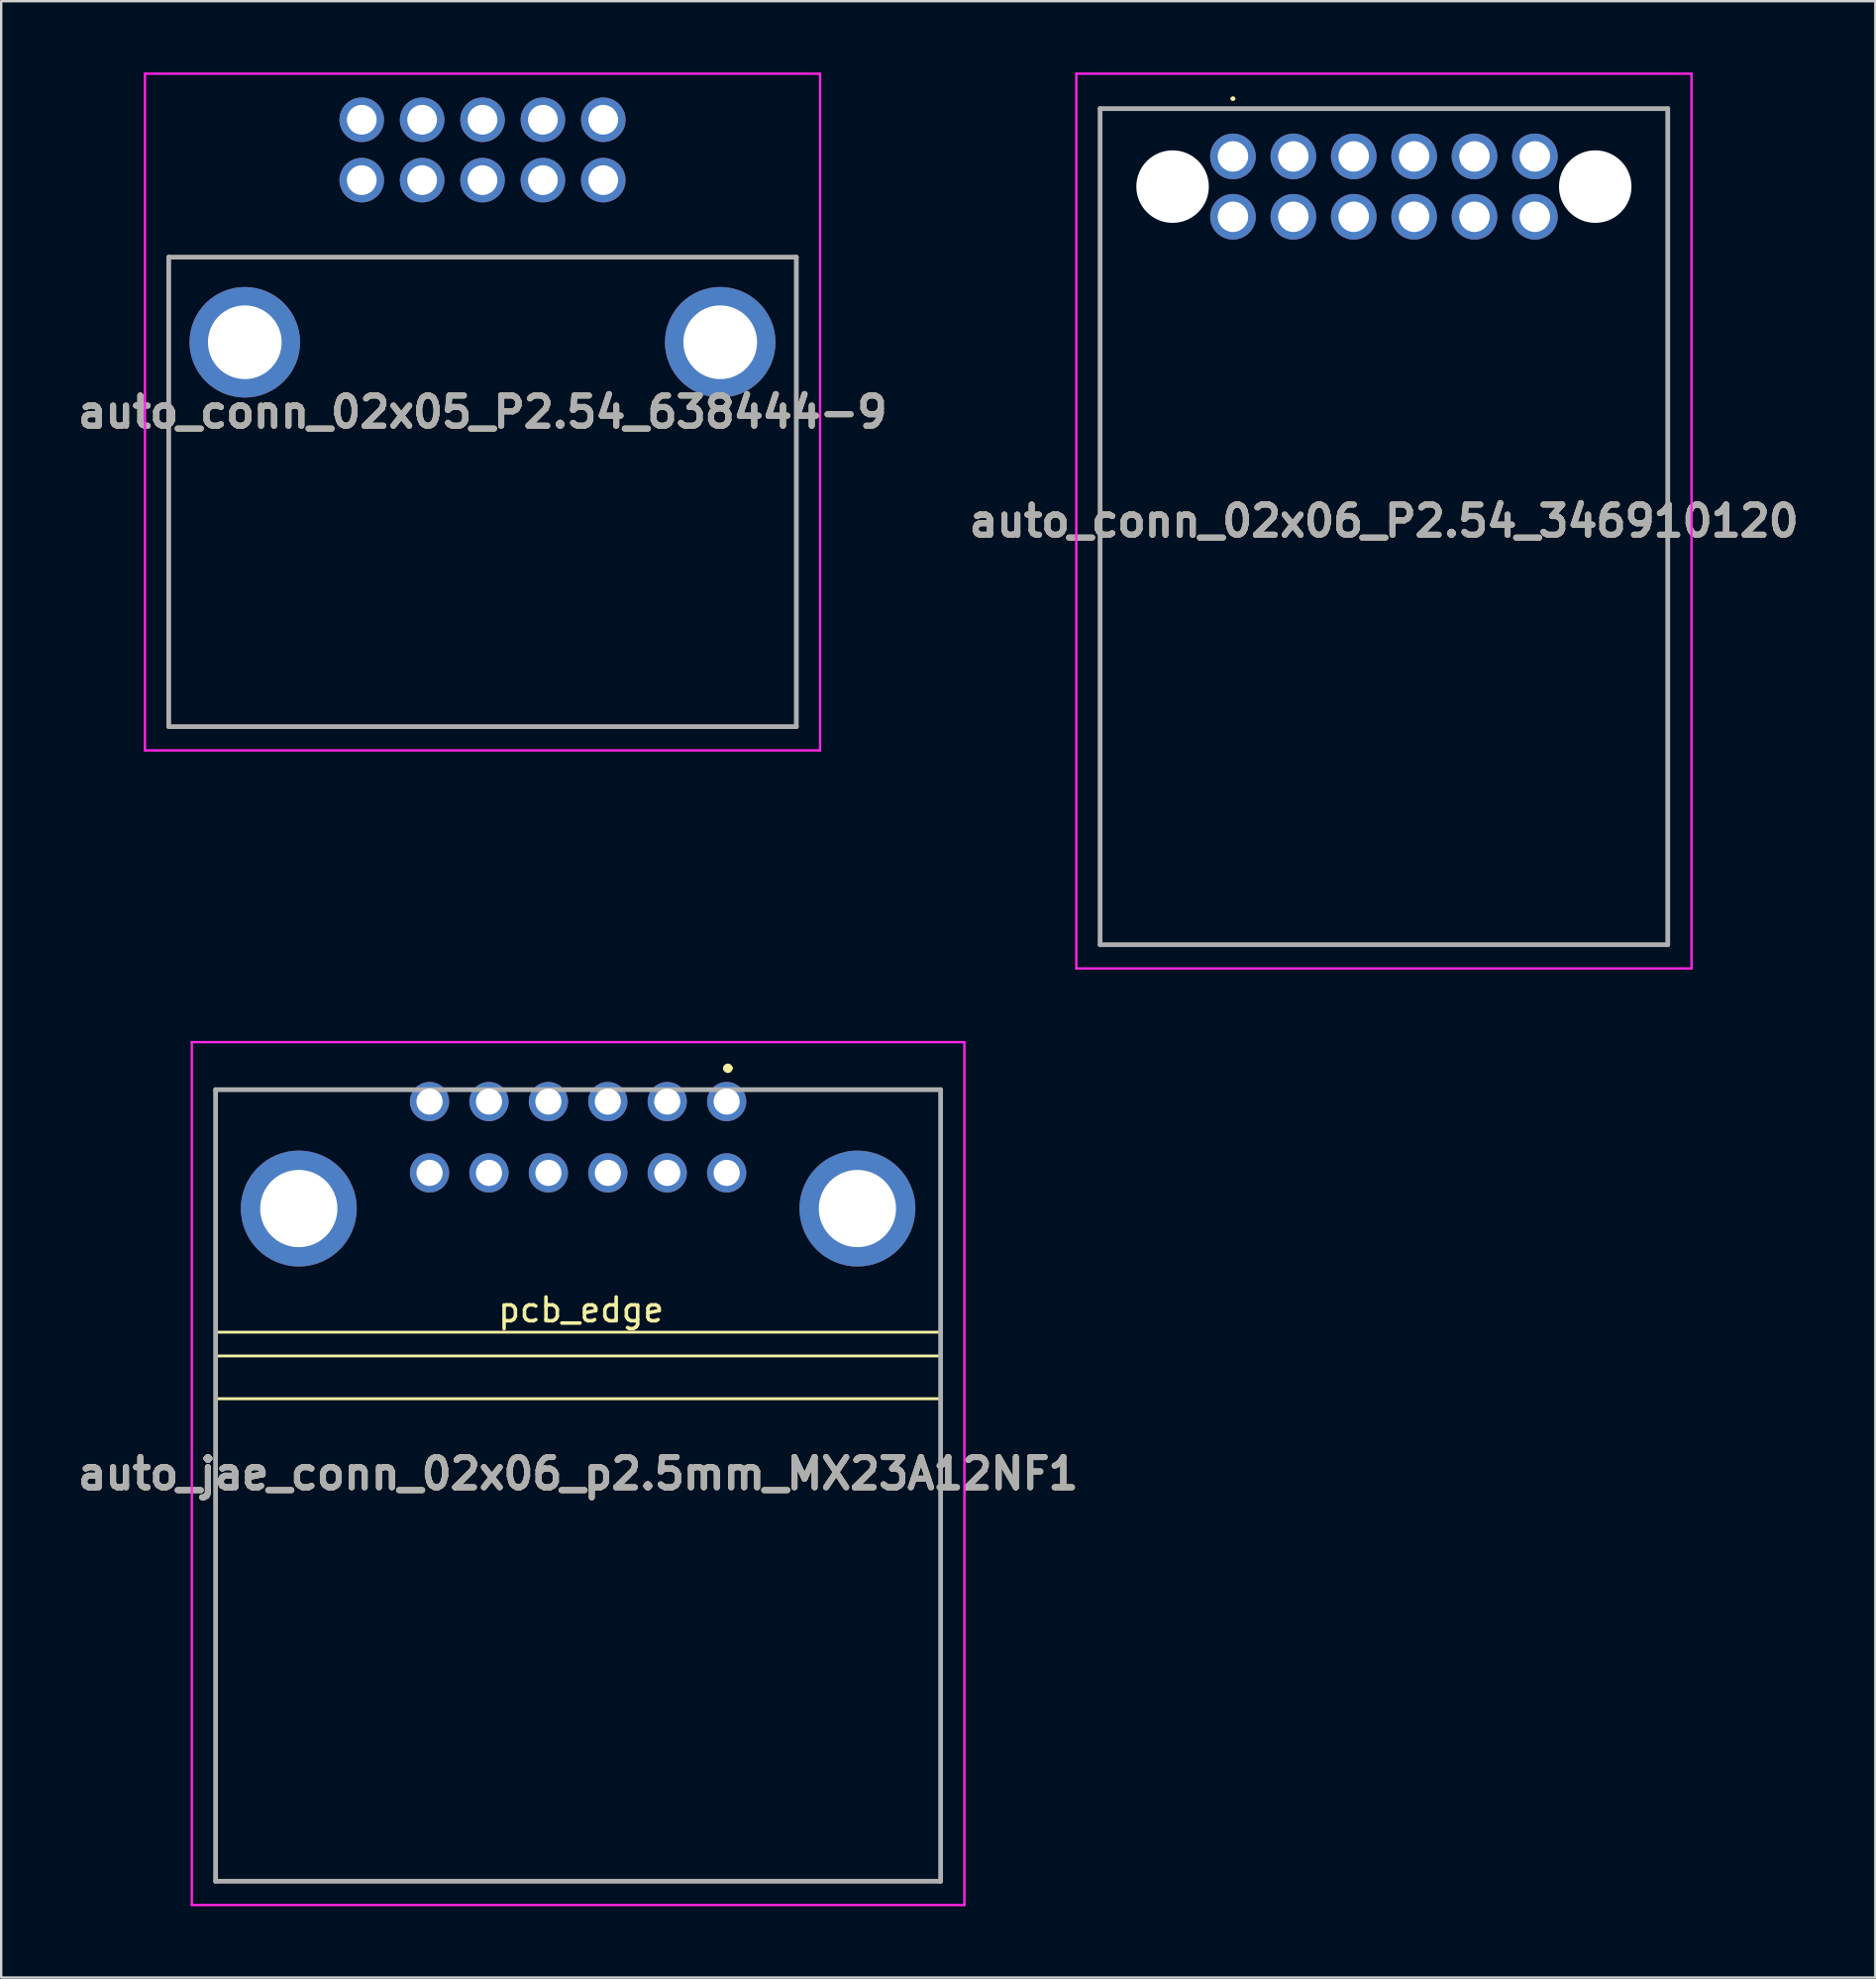
<source format=kicad_pcb>
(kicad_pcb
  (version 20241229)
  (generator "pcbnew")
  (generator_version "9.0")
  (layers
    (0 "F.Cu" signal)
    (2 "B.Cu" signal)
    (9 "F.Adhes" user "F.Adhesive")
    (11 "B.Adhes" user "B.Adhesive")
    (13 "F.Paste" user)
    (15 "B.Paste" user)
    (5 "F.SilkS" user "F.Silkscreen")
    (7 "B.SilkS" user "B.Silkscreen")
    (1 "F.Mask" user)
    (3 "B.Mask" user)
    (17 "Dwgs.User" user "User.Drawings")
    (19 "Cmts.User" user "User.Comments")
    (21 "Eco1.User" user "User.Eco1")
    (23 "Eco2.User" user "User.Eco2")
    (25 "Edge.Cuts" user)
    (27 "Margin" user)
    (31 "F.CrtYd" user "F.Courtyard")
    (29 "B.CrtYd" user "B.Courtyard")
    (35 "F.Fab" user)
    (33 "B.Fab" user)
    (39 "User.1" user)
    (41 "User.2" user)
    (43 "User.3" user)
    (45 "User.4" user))
  (footprint "auto_conn_02x06_P2.54_346910120"
    (layer "F.Cu")
    (at 55.167 18.87)
    (property "Reference" "auto_conn_02x06_P2.54_346910120" (at 0 0 0) (layer "F.SilkS") (effects (font (size 1.27 1.27) (thickness 0.254))))
    (attr through_hole)
    (fp_line (start -11.94 -17.35) (end 11.94 -17.35) (stroke (width 0.1) (type solid)) (layer "F.SilkS"))
    (fp_line (start -11.94 17.82) (end -11.94 -17.35) (stroke (width 0.1) (type solid)) (layer "F.SilkS"))
    (fp_line (start -6.4 -17.77) (end -6.4 -17.77) (stroke (width 0.1) (type solid)) (layer "F.SilkS"))
    (fp_line (start -6.3 -17.77) (end -6.3 -17.77) (stroke (width 0.1) (type solid)) (layer "F.SilkS"))
    (fp_line (start 11.94 -17.35) (end 11.94 17.82) (stroke (width 0.1) (type solid)) (layer "F.SilkS"))
    (fp_line (start 11.94 17.82) (end -11.94 17.82) (stroke (width 0.1) (type solid)) (layer "F.SilkS"))
    (fp_arc (start -6.4 -17.77) (mid -6.35 -17.82) (end -6.3 -17.77) (stroke (width 0.1) (type solid)) (layer "F.SilkS"))
    (fp_arc (start -6.3 -17.77) (mid -6.35 -17.72) (end -6.4 -17.77) (stroke (width 0.1) (type solid)) (layer "F.SilkS"))
    (fp_line (start -12.94 -18.82) (end 12.94 -18.82) (stroke (width 0.1) (type solid)) (layer "F.CrtYd"))
    (fp_line (start -12.94 18.82) (end -12.94 -18.82) (stroke (width 0.1) (type solid)) (layer "F.CrtYd"))
    (fp_line (start 12.94 -18.82) (end 12.94 18.82) (stroke (width 0.1) (type solid)) (layer "F.CrtYd"))
    (fp_line (start 12.94 18.82) (end -12.94 18.82) (stroke (width 0.1) (type solid)) (layer "F.CrtYd"))
    (fp_line (start -11.94 -17.35) (end 11.94 -17.35) (stroke (width 0.2) (type solid)) (layer "F.Fab"))
    (fp_line (start -11.94 17.82) (end -11.94 -17.35) (stroke (width 0.2) (type solid)) (layer "F.Fab"))
    (fp_line (start 11.94 -17.35) (end 11.94 17.82) (stroke (width 0.2) (type solid)) (layer "F.Fab"))
    (fp_line (start 11.94 17.82) (end -11.94 17.82) (stroke (width 0.2) (type solid)) (layer "F.Fab"))
    (fp_text user "${REFERENCE}" (at 0 0 0) (layer "F.Fab") (effects (font (size 1.27 1.27) (thickness 0.254))))
    (pad "" np_thru_hole circle (at -8.89 -14.07) (size 3.05 3.05) (drill 3.05) (layers "*.Cu" "*.Mask"))
    (pad "" np_thru_hole circle (at 8.89 -14.07) (size 3.05 3.05) (drill 3.05) (layers "*.Cu" "*.Mask"))
    (pad "1" thru_hole circle (at -6.35 -15.34) (size 1.92 1.92) (drill 1.28) (layers "*.Cu" "*.Mask"))
    (pad "2" thru_hole circle (at -3.81 -15.34) (size 1.92 1.92) (drill 1.28) (layers "*.Cu" "*.Mask"))
    (pad "3" thru_hole circle (at -1.27 -15.34) (size 1.92 1.92) (drill 1.28) (layers "*.Cu" "*.Mask"))
    (pad "4" thru_hole circle (at 1.27 -15.34) (size 1.92 1.92) (drill 1.28) (layers "*.Cu" "*.Mask"))
    (pad "5" thru_hole circle (at 3.81 -15.34) (size 1.92 1.92) (drill 1.28) (layers "*.Cu" "*.Mask"))
    (pad "6" thru_hole circle (at 6.35 -15.34) (size 1.92 1.92) (drill 1.28) (layers "*.Cu" "*.Mask"))
    (pad "7" thru_hole circle (at -6.35 -12.8) (size 1.92 1.92) (drill 1.28) (layers "*.Cu" "*.Mask"))
    (pad "8" thru_hole circle (at -3.81 -12.8) (size 1.92 1.92) (drill 1.28) (layers "*.Cu" "*.Mask"))
    (pad "9" thru_hole circle (at -1.27 -12.8) (size 1.92 1.92) (drill 1.28) (layers "*.Cu" "*.Mask"))
    (pad "10" thru_hole circle (at 1.27 -12.8) (size 1.92 1.92) (drill 1.28) (layers "*.Cu" "*.Mask"))
    (pad "11" thru_hole circle (at 3.81 -12.8) (size 1.92 1.92) (drill 1.28) (layers "*.Cu" "*.Mask"))
    (pad "12" thru_hole circle (at 6.35 -12.8) (size 1.92 1.92) (drill 1.28) (layers "*.Cu" "*.Mask")))
  (footprint "auto_jae_conn_02x06_p2.5mm_MX23A12NF1"
    (layer "F.Cu")
    (at 21.269 58.94)
    (property "Reference" "auto_jae_conn_02x06_p2.5mm_MX23A12NF1" (at 0 0 180) (layer "F.SilkS") (effects (font (size 1.27 1.27) (thickness 0.254))))
    (attr through_hole)
    (fp_line (start -15.25 -16.15) (end -15.25 17.15) (stroke (width 0.1) (type solid)) (layer "F.SilkS"))
    (fp_line (start -15.25 -5.95) (end 15.2 -5.95) (stroke (width 0.12) (type default)) (layer "F.SilkS"))
    (fp_line (start -15.25 -4.95) (end 15.2 -4.95) (stroke (width 0.12) (type default)) (layer "F.SilkS"))
    (fp_line (start -15.25 -3.15) (end 15.2 -3.15) (stroke (width 0.12) (type default)) (layer "F.SilkS"))
    (fp_line (start -15.25 17.15) (end 15.25 17.15) (stroke (width 0.1) (type solid)) (layer "F.SilkS"))
    (fp_line (start -8 -16.15) (end -15.25 -16.15) (stroke (width 0.1) (type solid)) (layer "F.SilkS"))
    (fp_line (start 6.2 -17.05) (end 6.2 -17.05) (stroke (width 0.2) (type solid)) (layer "F.SilkS"))
    (fp_line (start 6.4 -17.05) (end 6.4 -17.05) (stroke (width 0.2) (type solid)) (layer "F.SilkS"))
    (fp_line (start 15.25 -16.15) (end 8 -16.15) (stroke (width 0.1) (type solid)) (layer "F.SilkS"))
    (fp_line (start 15.25 17.15) (end 15.25 -16.15) (stroke (width 0.1) (type solid)) (layer "F.SilkS"))
    (fp_arc (start 6.2 -17.05) (mid 6.3 -17.15) (end 6.4 -17.05) (stroke (width 0.2) (type solid)) (layer "F.SilkS"))
    (fp_arc (start 6.4 -17.05) (mid 6.3 -16.95) (end 6.2 -17.05) (stroke (width 0.2) (type solid)) (layer "F.SilkS"))
    (fp_line (start -16.25 -18.15) (end 16.25 -18.15) (stroke (width 0.1) (type solid)) (layer "F.CrtYd"))
    (fp_line (start -16.25 18.15) (end -16.25 -18.15) (stroke (width 0.1) (type solid)) (layer "F.CrtYd"))
    (fp_line (start 16.25 -18.15) (end 16.25 18.15) (stroke (width 0.1) (type solid)) (layer "F.CrtYd"))
    (fp_line (start 16.25 18.15) (end -16.25 18.15) (stroke (width 0.1) (type solid)) (layer "F.CrtYd"))
    (fp_line (start -15.25 -16.15) (end 15.25 -16.15) (stroke (width 0.2) (type solid)) (layer "F.Fab"))
    (fp_line (start -15.25 17.15) (end -15.25 -16.15) (stroke (width 0.2) (type solid)) (layer "F.Fab"))
    (fp_line (start 15.25 -16.15) (end 15.25 17.15) (stroke (width 0.2) (type solid)) (layer "F.Fab"))
    (fp_line (start 15.25 17.15) (end -15.25 17.15) (stroke (width 0.2) (type solid)) (layer "F.Fab"))
    (fp_text user "pcb_edge" (at -3.45 -6.3 0) (unlocked yes) (layer "F.SilkS") (effects (font (size 1 1) (thickness 0.15)) (justify left bottom)))
    (fp_text user "${REFERENCE}" (at 0 0 180) (layer "F.Fab") (effects (font (size 1.27 1.27) (thickness 0.254))))
    (pad "1" thru_hole circle (at 6.25 -15.65) (size 1.65 1.65) (drill 1.1) (layers "*.Cu" "*.Mask"))
    (pad "2" thru_hole circle (at 3.75 -15.65) (size 1.65 1.65) (drill 1.1) (layers "*.Cu" "*.Mask"))
    (pad "3" thru_hole circle (at 1.25 -15.65) (size 1.65 1.65) (drill 1.1) (layers "*.Cu" "*.Mask"))
    (pad "4" thru_hole circle (at -1.25 -15.65) (size 1.65 1.65) (drill 1.1) (layers "*.Cu" "*.Mask"))
    (pad "5" thru_hole circle (at -3.75 -15.65) (size 1.65 1.65) (drill 1.1) (layers "*.Cu" "*.Mask"))
    (pad "6" thru_hole circle (at -6.25 -15.65) (size 1.65 1.65) (drill 1.1) (layers "*.Cu" "*.Mask"))
    (pad "7" thru_hole circle (at 6.25 -12.65) (size 1.65 1.65) (drill 1.1) (layers "*.Cu" "*.Mask"))
    (pad "8" thru_hole circle (at 3.75 -12.65) (size 1.65 1.65) (drill 1.1) (layers "*.Cu" "*.Mask"))
    (pad "9" thru_hole circle (at 1.25 -12.65) (size 1.65 1.65) (drill 1.1) (layers "*.Cu" "*.Mask"))
    (pad "10" thru_hole circle (at -1.25 -12.65) (size 1.65 1.65) (drill 1.1) (layers "*.Cu" "*.Mask"))
    (pad "11" thru_hole circle (at -3.75 -12.65) (size 1.65 1.65) (drill 1.1) (layers "*.Cu" "*.Mask"))
    (pad "12" thru_hole circle (at -6.25 -12.65) (size 1.65 1.65) (drill 1.1) (layers "*.Cu" "*.Mask"))
    (pad "13" thru_hole circle (at -11.75 -11.15) (size 4.875 4.875) (drill 3.25) (layers "*.Cu" "*.Mask"))
    (pad "14" thru_hole circle (at 11.75 -11.15) (size 4.875 4.875) (drill 3.25) (layers "*.Cu" "*.Mask")))
  (footprint "auto_conn_02x05_P2.54_638444-9"
    (layer "F.Cu")
    (at 12.168 1.988)
    (property "Reference" "auto_conn_02x05_P2.54_638444-9" (at 5.08 12.296 0) (layer "F.SilkS") (effects (font (size 1.27 1.27) (thickness 0.254))))
    (attr through_hole)
    (fp_line (start -8.12 5.78) (end 18.28 5.78) (stroke (width 0.1) (type solid)) (layer "F.SilkS"))
    (fp_line (start -8.12 25.53) (end -8.12 5.78) (stroke (width 0.1) (type solid)) (layer "F.SilkS"))
    (fp_line (start 18.28 5.78) (end 18.28 25.53) (stroke (width 0.1) (type solid)) (layer "F.SilkS"))
    (fp_line (start 18.28 25.53) (end -8.12 25.53) (stroke (width 0.1) (type solid)) (layer "F.SilkS"))
    (fp_line (start -9.12 -1.938) (end 19.28 -1.938) (stroke (width 0.1) (type solid)) (layer "F.CrtYd"))
    (fp_line (start -9.12 26.53) (end -9.12 -1.938) (stroke (width 0.1) (type solid)) (layer "F.CrtYd"))
    (fp_line (start 19.28 -1.938) (end 19.28 26.53) (stroke (width 0.1) (type solid)) (layer "F.CrtYd"))
    (fp_line (start 19.28 26.53) (end -9.12 26.53) (stroke (width 0.1) (type solid)) (layer "F.CrtYd"))
    (fp_line (start -8.12 5.78) (end 18.28 5.78) (stroke (width 0.2) (type solid)) (layer "F.Fab"))
    (fp_line (start -8.12 25.53) (end -8.12 5.78) (stroke (width 0.2) (type solid)) (layer "F.Fab"))
    (fp_line (start 18.28 5.78) (end 18.28 25.53) (stroke (width 0.2) (type solid)) (layer "F.Fab"))
    (fp_line (start 18.28 25.53) (end -8.12 25.53) (stroke (width 0.2) (type solid)) (layer "F.Fab"))
    (fp_text user "${REFERENCE}" (at 5.08 12.296 0) (layer "F.Fab") (effects (font (size 1.27 1.27) (thickness 0.254))))
    (pad "1" thru_hole circle (at 0 0) (size 1.875 1.875) (drill 1.25) (layers "*.Cu" "*.Mask"))
    (pad "2" thru_hole circle (at 2.54 0) (size 1.875 1.875) (drill 1.25) (layers "*.Cu" "*.Mask"))
    (pad "3" thru_hole circle (at 5.08 0) (size 1.875 1.875) (drill 1.25) (layers "*.Cu" "*.Mask"))
    (pad "4" thru_hole circle (at 7.62 0) (size 1.875 1.875) (drill 1.25) (layers "*.Cu" "*.Mask"))
    (pad "5" thru_hole circle (at 10.16 0) (size 1.875 1.875) (drill 1.25) (layers "*.Cu" "*.Mask"))
    (pad "6" thru_hole circle (at 0 2.54) (size 1.875 1.875) (drill 1.25) (layers "*.Cu" "*.Mask"))
    (pad "7" thru_hole circle (at 2.54 2.54) (size 1.875 1.875) (drill 1.25) (layers "*.Cu" "*.Mask"))
    (pad "8" thru_hole circle (at 5.08 2.54) (size 1.875 1.875) (drill 1.25) (layers "*.Cu" "*.Mask"))
    (pad "9" thru_hole circle (at 7.62 2.54) (size 1.875 1.875) (drill 1.25) (layers "*.Cu" "*.Mask"))
    (pad "10" thru_hole circle (at 10.16 2.54) (size 1.875 1.875) (drill 1.25) (layers "*.Cu" "*.Mask"))
    (pad "MH1" thru_hole circle (at 15.08 9.36) (size 4.65 4.65) (drill 3.1) (layers "*.Cu" "*.Mask"))
    (pad "MH2" thru_hole circle (at -4.92 9.36) (size 4.65 4.65) (drill 3.1) (layers "*.Cu" "*.Mask")))
  (gr_rect
    (start -3 -3)
    (end 75.838 80.14)
    (stroke (width 0.1) (type default))
    (fill no)
    (layer "Edge.Cuts")))
</source>
